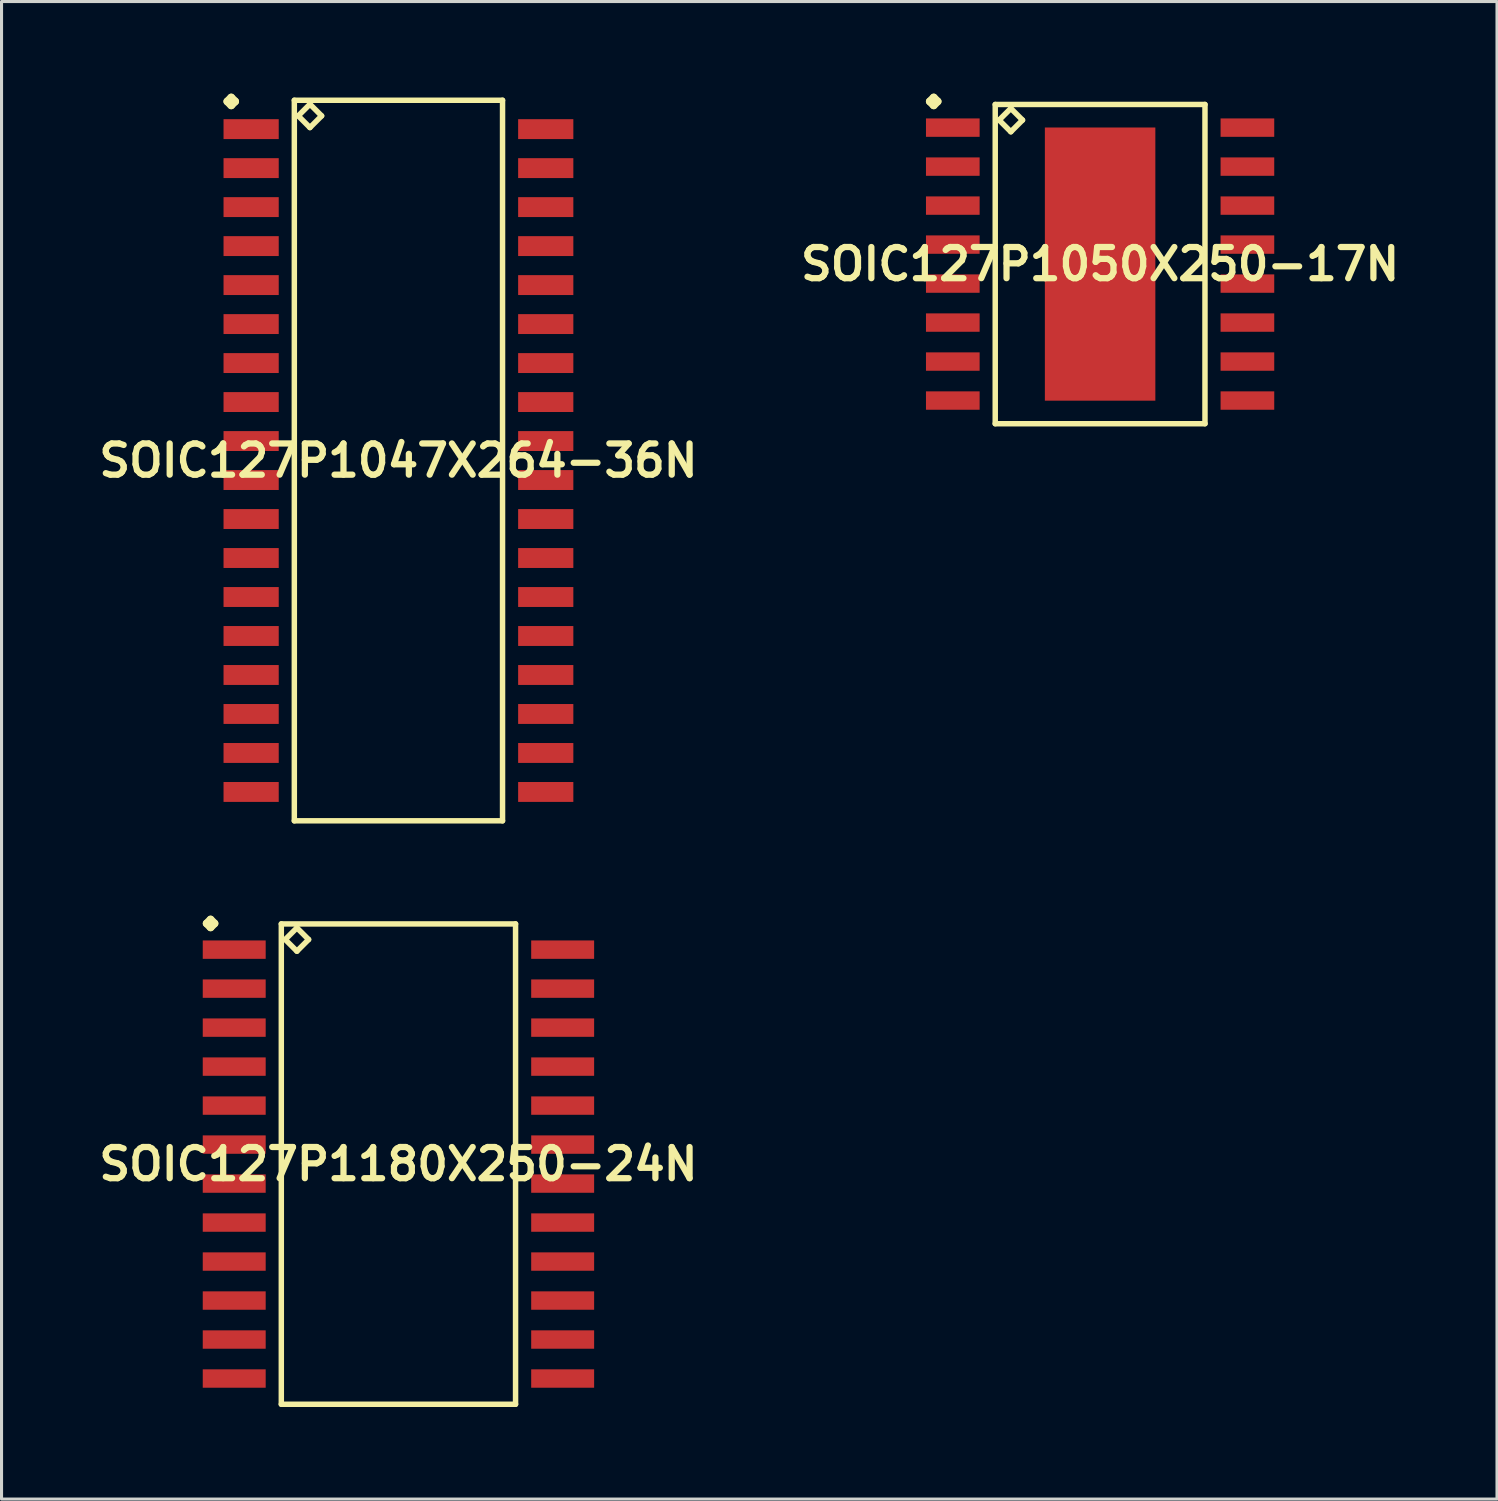
<source format=kicad_pcb>
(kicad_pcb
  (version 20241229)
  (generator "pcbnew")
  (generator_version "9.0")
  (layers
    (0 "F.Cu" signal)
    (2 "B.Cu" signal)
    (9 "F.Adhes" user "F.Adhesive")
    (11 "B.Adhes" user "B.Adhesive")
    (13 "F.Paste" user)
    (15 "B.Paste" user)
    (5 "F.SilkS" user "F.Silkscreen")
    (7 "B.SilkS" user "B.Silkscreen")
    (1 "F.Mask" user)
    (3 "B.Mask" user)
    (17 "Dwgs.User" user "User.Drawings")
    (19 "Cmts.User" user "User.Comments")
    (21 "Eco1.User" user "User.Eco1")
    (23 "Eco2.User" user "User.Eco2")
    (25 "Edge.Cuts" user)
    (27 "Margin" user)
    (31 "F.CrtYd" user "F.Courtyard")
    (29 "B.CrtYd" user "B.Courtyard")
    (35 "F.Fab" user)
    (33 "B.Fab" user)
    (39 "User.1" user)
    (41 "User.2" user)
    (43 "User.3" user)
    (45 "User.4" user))
  (footprint "SOIC127P1050X250-17N"
    (layer "F.Cu")
    (at 32.783 5.552)
    (property "Reference" "SOIC127P1050X250-17N" (at 0 0 0) (layer "F.SilkS") (effects (font (size 1.016 1.016) (thickness 0.203))))
    (attr smd)
    (fp_line (start -5.547 -5.298) (end -5.42 -5.425) (stroke (width 0.254) (type solid)) (layer "F.SilkS"))
    (fp_line (start -5.42 -5.425) (end -5.293 -5.298) (stroke (width 0.254) (type solid)) (layer "F.SilkS"))
    (fp_line (start -5.42 -5.171) (end -5.547 -5.298) (stroke (width 0.254) (type solid)) (layer "F.SilkS"))
    (fp_line (start -5.293 -5.298) (end -5.42 -5.171) (stroke (width 0.254) (type solid)) (layer "F.SilkS"))
    (fp_line (start -3.416 -5.199) (end -3.416 5.199) (stroke (width 0.178) (type solid)) (layer "F.SilkS"))
    (fp_line (start -3.416 5.199) (end 3.416 5.199) (stroke (width 0.178) (type solid)) (layer "F.SilkS"))
    (fp_line (start -3.289 -4.691) (end -2.908 -5.072) (stroke (width 0.178) (type solid)) (layer "F.SilkS"))
    (fp_line (start -2.908 -5.072) (end -2.527 -4.691) (stroke (width 0.178) (type solid)) (layer "F.SilkS"))
    (fp_line (start -2.908 -4.31) (end -3.289 -4.691) (stroke (width 0.178) (type solid)) (layer "F.SilkS"))
    (fp_line (start -2.527 -4.691) (end -2.908 -4.31) (stroke (width 0.178) (type solid)) (layer "F.SilkS"))
    (fp_line (start 3.416 -5.199) (end -3.416 -5.199) (stroke (width 0.178) (type solid)) (layer "F.SilkS"))
    (fp_line (start 3.416 5.199) (end 3.416 -5.199) (stroke (width 0.178) (type solid)) (layer "F.SilkS"))
    (pad "1" smd rect (at -4.798 -4.445) (size 1.748 0.599) (layers "F.Cu" "F.Mask" "F.Paste"))
    (pad "2" smd rect (at -4.798 -3.175) (size 1.748 0.599) (layers "F.Cu" "F.Mask" "F.Paste"))
    (pad "3" smd rect (at -4.798 -1.905) (size 1.748 0.599) (layers "F.Cu" "F.Mask" "F.Paste"))
    (pad "4" smd rect (at -4.798 -0.635) (size 1.748 0.599) (layers "F.Cu" "F.Mask" "F.Paste"))
    (pad "5" smd rect (at -4.798 0.635) (size 1.748 0.599) (layers "F.Cu" "F.Mask" "F.Paste"))
    (pad "6" smd rect (at -4.798 1.905) (size 1.748 0.599) (layers "F.Cu" "F.Mask" "F.Paste"))
    (pad "7" smd rect (at -4.798 3.175) (size 1.748 0.599) (layers "F.Cu" "F.Mask" "F.Paste"))
    (pad "8" smd rect (at -4.798 4.445) (size 1.748 0.599) (layers "F.Cu" "F.Mask" "F.Paste"))
    (pad "9" smd rect (at 4.798 4.445) (size 1.748 0.599) (layers "F.Cu" "F.Mask" "F.Paste"))
    (pad "10" smd rect (at 4.798 3.175) (size 1.748 0.599) (layers "F.Cu" "F.Mask" "F.Paste"))
    (pad "11" smd rect (at 4.798 1.905) (size 1.748 0.599) (layers "F.Cu" "F.Mask" "F.Paste"))
    (pad "12" smd rect (at 4.798 0.635) (size 1.748 0.599) (layers "F.Cu" "F.Mask" "F.Paste"))
    (pad "13" smd rect (at 4.798 -0.635) (size 1.748 0.599) (layers "F.Cu" "F.Mask" "F.Paste"))
    (pad "14" smd rect (at 4.798 -1.905) (size 1.748 0.599) (layers "F.Cu" "F.Mask" "F.Paste"))
    (pad "15" smd rect (at 4.798 -3.175) (size 1.748 0.599) (layers "F.Cu" "F.Mask" "F.Paste"))
    (pad "16" smd rect (at 4.798 -4.445) (size 1.748 0.599) (layers "F.Cu" "F.Mask" "F.Paste"))
    (pad "17" smd rect (at 0 0) (size 3.599 8.898) (layers "F.Cu" "F.Mask" "F.Paste")))
  (footprint "SOIC127P1047X264-36N"
    (layer "F.Cu")
    (at 9.928 11.951)
    (property "Reference" "SOIC127P1047X264-36N" (at 0 0 0) (layer "F.SilkS") (effects (font (size 1.016 1.016) (thickness 0.203))))
    (attr smd)
    (fp_line (start -5.573 -11.697) (end -5.446 -11.824) (stroke (width 0.254) (type solid)) (layer "F.SilkS"))
    (fp_line (start -5.446 -11.824) (end -5.319 -11.697) (stroke (width 0.254) (type solid)) (layer "F.SilkS"))
    (fp_line (start -5.446 -11.57) (end -5.573 -11.697) (stroke (width 0.254) (type solid)) (layer "F.SilkS"))
    (fp_line (start -5.319 -11.697) (end -5.446 -11.57) (stroke (width 0.254) (type solid)) (layer "F.SilkS"))
    (fp_line (start -3.391 -11.735) (end -3.391 11.735) (stroke (width 0.178) (type solid)) (layer "F.SilkS"))
    (fp_line (start -3.391 11.735) (end 3.391 11.735) (stroke (width 0.178) (type solid)) (layer "F.SilkS"))
    (fp_line (start -3.264 -11.227) (end -2.883 -11.608) (stroke (width 0.178) (type solid)) (layer "F.SilkS"))
    (fp_line (start -2.883 -11.608) (end -2.502 -11.227) (stroke (width 0.178) (type solid)) (layer "F.SilkS"))
    (fp_line (start -2.883 -10.846) (end -3.264 -11.227) (stroke (width 0.178) (type solid)) (layer "F.SilkS"))
    (fp_line (start -2.502 -11.227) (end -2.883 -10.846) (stroke (width 0.178) (type solid)) (layer "F.SilkS"))
    (fp_line (start 3.391 -11.735) (end -3.391 -11.735) (stroke (width 0.178) (type solid)) (layer "F.SilkS"))
    (fp_line (start 3.391 11.735) (end 3.391 -11.735) (stroke (width 0.178) (type solid)) (layer "F.SilkS"))
    (pad "1" smd rect (at -4.798 -10.795) (size 1.798 0.648) (layers "F.Cu" "F.Mask" "F.Paste"))
    (pad "2" smd rect (at -4.798 -9.525) (size 1.798 0.648) (layers "F.Cu" "F.Mask" "F.Paste"))
    (pad "3" smd rect (at -4.798 -8.255) (size 1.798 0.648) (layers "F.Cu" "F.Mask" "F.Paste"))
    (pad "4" smd rect (at -4.798 -6.985) (size 1.798 0.648) (layers "F.Cu" "F.Mask" "F.Paste"))
    (pad "5" smd rect (at -4.798 -5.715) (size 1.798 0.648) (layers "F.Cu" "F.Mask" "F.Paste"))
    (pad "6" smd rect (at -4.798 -4.445) (size 1.798 0.648) (layers "F.Cu" "F.Mask" "F.Paste"))
    (pad "7" smd rect (at -4.798 -3.175) (size 1.798 0.648) (layers "F.Cu" "F.Mask" "F.Paste"))
    (pad "8" smd rect (at -4.798 -1.905) (size 1.798 0.648) (layers "F.Cu" "F.Mask" "F.Paste"))
    (pad "9" smd rect (at -4.798 -0.635) (size 1.798 0.648) (layers "F.Cu" "F.Mask" "F.Paste"))
    (pad "10" smd rect (at -4.798 0.635) (size 1.798 0.648) (layers "F.Cu" "F.Mask" "F.Paste"))
    (pad "11" smd rect (at -4.798 1.905) (size 1.798 0.648) (layers "F.Cu" "F.Mask" "F.Paste"))
    (pad "12" smd rect (at -4.798 3.175) (size 1.798 0.648) (layers "F.Cu" "F.Mask" "F.Paste"))
    (pad "13" smd rect (at -4.798 4.445) (size 1.798 0.648) (layers "F.Cu" "F.Mask" "F.Paste"))
    (pad "14" smd rect (at -4.798 5.715) (size 1.798 0.648) (layers "F.Cu" "F.Mask" "F.Paste"))
    (pad "15" smd rect (at -4.798 6.985) (size 1.798 0.648) (layers "F.Cu" "F.Mask" "F.Paste"))
    (pad "16" smd rect (at -4.798 8.255) (size 1.798 0.648) (layers "F.Cu" "F.Mask" "F.Paste"))
    (pad "17" smd rect (at -4.798 9.525) (size 1.798 0.648) (layers "F.Cu" "F.Mask" "F.Paste"))
    (pad "18" smd rect (at -4.798 10.795) (size 1.798 0.648) (layers "F.Cu" "F.Mask" "F.Paste"))
    (pad "19" smd rect (at 4.798 10.795) (size 1.798 0.648) (layers "F.Cu" "F.Mask" "F.Paste"))
    (pad "20" smd rect (at 4.798 9.525) (size 1.798 0.648) (layers "F.Cu" "F.Mask" "F.Paste"))
    (pad "21" smd rect (at 4.798 8.255) (size 1.798 0.648) (layers "F.Cu" "F.Mask" "F.Paste"))
    (pad "22" smd rect (at 4.798 6.985) (size 1.798 0.648) (layers "F.Cu" "F.Mask" "F.Paste"))
    (pad "23" smd rect (at 4.798 5.715) (size 1.798 0.648) (layers "F.Cu" "F.Mask" "F.Paste"))
    (pad "24" smd rect (at 4.798 4.445) (size 1.798 0.648) (layers "F.Cu" "F.Mask" "F.Paste"))
    (pad "25" smd rect (at 4.798 3.175) (size 1.798 0.648) (layers "F.Cu" "F.Mask" "F.Paste"))
    (pad "26" smd rect (at 4.798 1.905) (size 1.798 0.648) (layers "F.Cu" "F.Mask" "F.Paste"))
    (pad "27" smd rect (at 4.798 0.635) (size 1.798 0.648) (layers "F.Cu" "F.Mask" "F.Paste"))
    (pad "28" smd rect (at 4.798 -0.635) (size 1.798 0.648) (layers "F.Cu" "F.Mask" "F.Paste"))
    (pad "29" smd rect (at 4.798 -1.905) (size 1.798 0.648) (layers "F.Cu" "F.Mask" "F.Paste"))
    (pad "30" smd rect (at 4.798 -3.175) (size 1.798 0.648) (layers "F.Cu" "F.Mask" "F.Paste"))
    (pad "31" smd rect (at 4.798 -4.445) (size 1.798 0.648) (layers "F.Cu" "F.Mask" "F.Paste"))
    (pad "32" smd rect (at 4.798 -5.715) (size 1.798 0.648) (layers "F.Cu" "F.Mask" "F.Paste"))
    (pad "33" smd rect (at 4.798 -6.985) (size 1.798 0.648) (layers "F.Cu" "F.Mask" "F.Paste"))
    (pad "34" smd rect (at 4.798 -8.255) (size 1.798 0.648) (layers "F.Cu" "F.Mask" "F.Paste"))
    (pad "35" smd rect (at 4.798 -9.525) (size 1.798 0.648) (layers "F.Cu" "F.Mask" "F.Paste"))
    (pad "36" smd rect (at 4.798 -10.795) (size 1.798 0.648) (layers "F.Cu" "F.Mask" "F.Paste")))
  (footprint "SOIC127P1180X250-24N"
    (layer "F.Cu")
    (at 9.928 34.867)
    (property "Reference" "SOIC127P1180X250-24N" (at 0 0 0) (layer "F.SilkS") (effects (font (size 1.016 1.016) (thickness 0.203))))
    (attr smd)
    (fp_line (start -6.246 -7.838) (end -6.119 -7.965) (stroke (width 0.254) (type solid)) (layer "F.SilkS"))
    (fp_line (start -6.119 -7.965) (end -5.992 -7.838) (stroke (width 0.254) (type solid)) (layer "F.SilkS"))
    (fp_line (start -6.119 -7.711) (end -6.246 -7.838) (stroke (width 0.254) (type solid)) (layer "F.SilkS"))
    (fp_line (start -5.992 -7.838) (end -6.119 -7.711) (stroke (width 0.254) (type solid)) (layer "F.SilkS"))
    (fp_line (start -3.815 -7.823) (end -3.815 7.823) (stroke (width 0.178) (type solid)) (layer "F.SilkS"))
    (fp_line (start -3.815 7.823) (end 3.815 7.823) (stroke (width 0.178) (type solid)) (layer "F.SilkS"))
    (fp_line (start -3.688 -7.315) (end -3.307 -7.696) (stroke (width 0.178) (type solid)) (layer "F.SilkS"))
    (fp_line (start -3.307 -7.696) (end -2.926 -7.315) (stroke (width 0.178) (type solid)) (layer "F.SilkS"))
    (fp_line (start -3.307 -6.934) (end -3.688 -7.315) (stroke (width 0.178) (type solid)) (layer "F.SilkS"))
    (fp_line (start -2.926 -7.315) (end -3.307 -6.934) (stroke (width 0.178) (type solid)) (layer "F.SilkS"))
    (fp_line (start 3.815 -7.823) (end -3.815 -7.823) (stroke (width 0.178) (type solid)) (layer "F.SilkS"))
    (fp_line (start 3.815 7.823) (end 3.815 -7.823) (stroke (width 0.178) (type solid)) (layer "F.SilkS"))
    (pad "1" smd rect (at -5.349 -6.985) (size 2.05 0.599) (layers "F.Cu" "F.Mask" "F.Paste"))
    (pad "2" smd rect (at -5.349 -5.715) (size 2.05 0.599) (layers "F.Cu" "F.Mask" "F.Paste"))
    (pad "3" smd rect (at -5.349 -4.445) (size 2.05 0.599) (layers "F.Cu" "F.Mask" "F.Paste"))
    (pad "4" smd rect (at -5.349 -3.175) (size 2.05 0.599) (layers "F.Cu" "F.Mask" "F.Paste"))
    (pad "5" smd rect (at -5.349 -1.905) (size 2.05 0.599) (layers "F.Cu" "F.Mask" "F.Paste"))
    (pad "6" smd rect (at -5.349 -0.635) (size 2.05 0.599) (layers "F.Cu" "F.Mask" "F.Paste"))
    (pad "7" smd rect (at -5.349 0.635) (size 2.05 0.599) (layers "F.Cu" "F.Mask" "F.Paste"))
    (pad "8" smd rect (at -5.349 1.905) (size 2.05 0.599) (layers "F.Cu" "F.Mask" "F.Paste"))
    (pad "9" smd rect (at -5.349 3.175) (size 2.05 0.599) (layers "F.Cu" "F.Mask" "F.Paste"))
    (pad "10" smd rect (at -5.349 4.445) (size 2.05 0.599) (layers "F.Cu" "F.Mask" "F.Paste"))
    (pad "11" smd rect (at -5.349 5.715) (size 2.05 0.599) (layers "F.Cu" "F.Mask" "F.Paste"))
    (pad "12" smd rect (at -5.349 6.985) (size 2.05 0.599) (layers "F.Cu" "F.Mask" "F.Paste"))
    (pad "13" smd rect (at 5.349 6.985) (size 2.05 0.599) (layers "F.Cu" "F.Mask" "F.Paste"))
    (pad "14" smd rect (at 5.349 5.715) (size 2.05 0.599) (layers "F.Cu" "F.Mask" "F.Paste"))
    (pad "15" smd rect (at 5.349 4.445) (size 2.05 0.599) (layers "F.Cu" "F.Mask" "F.Paste"))
    (pad "16" smd rect (at 5.349 3.175) (size 2.05 0.599) (layers "F.Cu" "F.Mask" "F.Paste"))
    (pad "17" smd rect (at 5.349 1.905) (size 2.05 0.599) (layers "F.Cu" "F.Mask" "F.Paste"))
    (pad "18" smd rect (at 5.349 0.635) (size 2.05 0.599) (layers "F.Cu" "F.Mask" "F.Paste"))
    (pad "19" smd rect (at 5.349 -0.635) (size 2.05 0.599) (layers "F.Cu" "F.Mask" "F.Paste"))
    (pad "20" smd rect (at 5.349 -1.905) (size 2.05 0.599) (layers "F.Cu" "F.Mask" "F.Paste"))
    (pad "21" smd rect (at 5.349 -3.175) (size 2.05 0.599) (layers "F.Cu" "F.Mask" "F.Paste"))
    (pad "22" smd rect (at 5.349 -4.445) (size 2.05 0.599) (layers "F.Cu" "F.Mask" "F.Paste"))
    (pad "23" smd rect (at 5.349 -5.715) (size 2.05 0.599) (layers "F.Cu" "F.Mask" "F.Paste"))
    (pad "24" smd rect (at 5.349 -6.985) (size 2.05 0.599) (layers "F.Cu" "F.Mask" "F.Paste")))
  (gr_rect
    (start -3 -3)
    (end 45.711 45.779)
    (stroke (width 0.1) (type default))
    (fill no)
    (layer "Edge.Cuts")))
</source>
